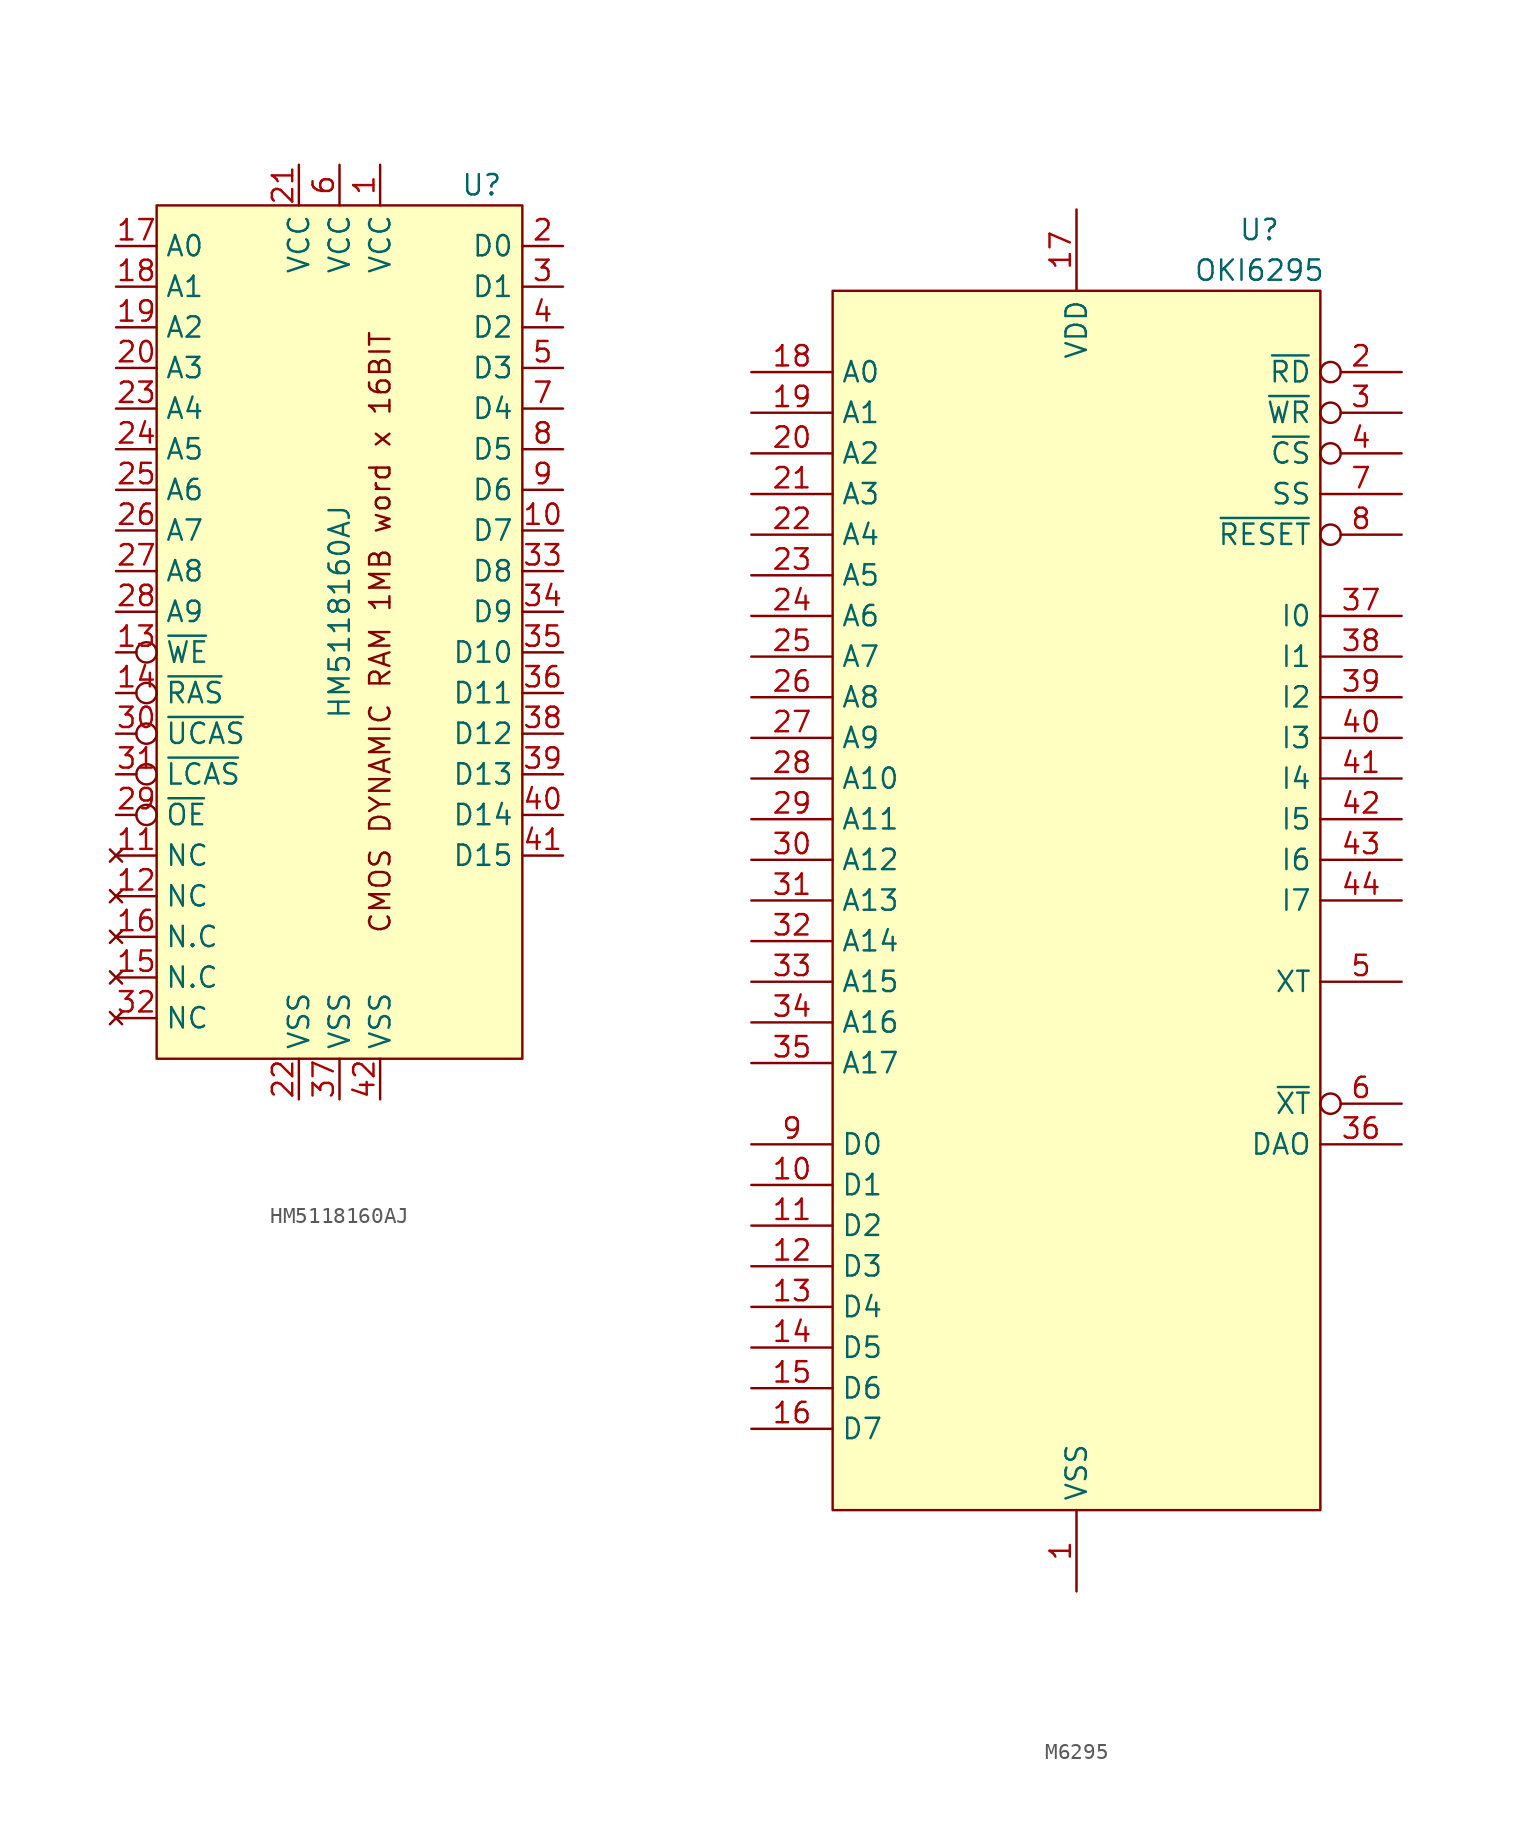
<source format=kicad_sym>
(kicad_symbol_lib
  (version 20231120)
  (generator "kicad_symbol_editor")
  (generator_version "8.0")
  (symbol "HM5118160AJ"
    (property "Reference" "U"
      (at 8.89 26.67 0)
      (effects (font (size 1.27 1.27))))
    (property "Value" "HM5118160AJ"
      (at 0 0 90)
      (effects (font (size 1.27 1.27))))
    (symbol "HM5118160AJ_1_1"
      (rectangle (start -11.43 25.4) (end 11.43 -27.94) (stroke (width 0) (type default)) (fill (type background)))
      (text "CMOS DYNAMIC RAM 1MB word x 16BIT" (at 2.54 -1.27 900) (effects (font (size 1.27 1.27))))
      (pin power_in line (at 2.54 27.94 270) (length 2.54) (name "VCC" (effects (font (size 1.27 1.27)))) (number "1" (effects (font (size 1.27 1.27)))))
      (pin tri_state line (at 13.97 5.08 180) (length 2.54) (name "D7" (effects (font (size 1.27 1.27)))) (number "10" (effects (font (size 1.27 1.27)))))
      (pin no_connect line (at -13.97 -15.24 0) (length 2.54) (name "NC" (effects (font (size 1.27 1.27)))) (number "11" (effects (font (size 1.27 1.27)))))
      (pin no_connect line (at -13.97 -17.78 0) (length 2.54) (name "NC" (effects (font (size 1.27 1.27)))) (number "12" (effects (font (size 1.27 1.27)))))
      (pin input inverted (at -13.97 -2.54 0) (length 2.54) (name "~{WE}" (effects (font (size 1.27 1.27)))) (number "13" (effects (font (size 1.27 1.27)))))
      (pin input inverted (at -13.97 -5.08 0) (length 2.54) (name "~{RAS}" (effects (font (size 1.27 1.27)))) (number "14" (effects (font (size 1.27 1.27)))))
      (pin no_connect line (at -13.97 -22.86 0) (length 2.54) (name "N.C" (effects (font (size 1.27 1.27)))) (number "15" (effects (font (size 1.27 1.27)))))
      (pin no_connect line (at -13.97 -20.32 0) (length 2.54) (name "N.C" (effects (font (size 1.27 1.27)))) (number "16" (effects (font (size 1.27 1.27)))))
      (pin input line (at -13.97 22.86 0) (length 2.54) (name "A0" (effects (font (size 1.27 1.27)))) (number "17" (effects (font (size 1.27 1.27)))))
      (pin input line (at -13.97 20.32 0) (length 2.54) (name "A1" (effects (font (size 1.27 1.27)))) (number "18" (effects (font (size 1.27 1.27)))))
      (pin input line (at -13.97 17.78 0) (length 2.54) (name "A2" (effects (font (size 1.27 1.27)))) (number "19" (effects (font (size 1.27 1.27)))))
      (pin tri_state line (at 13.97 22.86 180) (length 2.54) (name "D0" (effects (font (size 1.27 1.27)))) (number "2" (effects (font (size 1.27 1.27)))))
      (pin input line (at -13.97 15.24 0) (length 2.54) (name "A3" (effects (font (size 1.27 1.27)))) (number "20" (effects (font (size 1.27 1.27)))))
      (pin power_in line (at -2.54 27.94 270) (length 2.54) (name "VCC" (effects (font (size 1.27 1.27)))) (number "21" (effects (font (size 1.27 1.27)))))
      (pin power_in line (at -2.54 -30.48 90) (length 2.54) (name "VSS" (effects (font (size 1.27 1.27)))) (number "22" (effects (font (size 1.27 1.27)))))
      (pin input line (at -13.97 12.7 0) (length 2.54) (name "A4" (effects (font (size 1.27 1.27)))) (number "23" (effects (font (size 1.27 1.27)))))
      (pin input line (at -13.97 10.16 0) (length 2.54) (name "A5" (effects (font (size 1.27 1.27)))) (number "24" (effects (font (size 1.27 1.27)))))
      (pin input line (at -13.97 7.62 0) (length 2.54) (name "A6" (effects (font (size 1.27 1.27)))) (number "25" (effects (font (size 1.27 1.27)))))
      (pin input line (at -13.97 5.08 0) (length 2.54) (name "A7" (effects (font (size 1.27 1.27)))) (number "26" (effects (font (size 1.27 1.27)))))
      (pin input line (at -13.97 2.54 0) (length 2.54) (name "A8" (effects (font (size 1.27 1.27)))) (number "27" (effects (font (size 1.27 1.27)))))
      (pin input line (at -13.97 0 0) (length 2.54) (name "A9" (effects (font (size 1.27 1.27)))) (number "28" (effects (font (size 1.27 1.27)))))
      (pin input inverted (at -13.97 -12.7 0) (length 2.54) (name "~{OE}" (effects (font (size 1.27 1.27)))) (number "29" (effects (font (size 1.27 1.27)))))
      (pin tri_state line (at 13.97 20.32 180) (length 2.54) (name "D1" (effects (font (size 1.27 1.27)))) (number "3" (effects (font (size 1.27 1.27)))))
      (pin input inverted (at -13.97 -7.62 0) (length 2.54) (name "~{UCAS}" (effects (font (size 1.27 1.27)))) (number "30" (effects (font (size 1.27 1.27)))))
      (pin input inverted (at -13.97 -10.16 0) (length 2.54) (name "~{LCAS}" (effects (font (size 1.27 1.27)))) (number "31" (effects (font (size 1.27 1.27)))))
      (pin no_connect line (at -13.97 -25.4 0) (length 2.54) (name "NC" (effects (font (size 1.27 1.27)))) (number "32" (effects (font (size 1.27 1.27)))))
      (pin tri_state line (at 13.97 2.54 180) (length 2.54) (name "D8" (effects (font (size 1.27 1.27)))) (number "33" (effects (font (size 1.27 1.27)))))
      (pin tri_state line (at 13.97 0 180) (length 2.54) (name "D9" (effects (font (size 1.27 1.27)))) (number "34" (effects (font (size 1.27 1.27)))))
      (pin tri_state line (at 13.97 -2.54 180) (length 2.54) (name "D10" (effects (font (size 1.27 1.27)))) (number "35" (effects (font (size 1.27 1.27)))))
      (pin tri_state line (at 13.97 -5.08 180) (length 2.54) (name "D11" (effects (font (size 1.27 1.27)))) (number "36" (effects (font (size 1.27 1.27)))))
      (pin power_in line (at 0 -30.48 90) (length 2.54) (name "VSS" (effects (font (size 1.27 1.27)))) (number "37" (effects (font (size 1.27 1.27)))))
      (pin tri_state line (at 13.97 -7.62 180) (length 2.54) (name "D12" (effects (font (size 1.27 1.27)))) (number "38" (effects (font (size 1.27 1.27)))))
      (pin tri_state line (at 13.97 -10.16 180) (length 2.54) (name "D13" (effects (font (size 1.27 1.27)))) (number "39" (effects (font (size 1.27 1.27)))))
      (pin tri_state line (at 13.97 17.78 180) (length 2.54) (name "D2" (effects (font (size 1.27 1.27)))) (number "4" (effects (font (size 1.27 1.27)))))
      (pin tri_state line (at 13.97 -12.7 180) (length 2.54) (name "D14" (effects (font (size 1.27 1.27)))) (number "40" (effects (font (size 1.27 1.27)))))
      (pin tri_state line (at 13.97 -15.24 180) (length 2.54) (name "D15" (effects (font (size 1.27 1.27)))) (number "41" (effects (font (size 1.27 1.27)))))
      (pin power_in line (at 2.54 -30.48 90) (length 2.54) (name "VSS" (effects (font (size 1.27 1.27)))) (number "42" (effects (font (size 1.27 1.27)))))
      (pin tri_state line (at 13.97 15.24 180) (length 2.54) (name "D3" (effects (font (size 1.27 1.27)))) (number "5" (effects (font (size 1.27 1.27)))))
      (pin power_in line (at 0 27.94 270) (length 2.54) (name "VCC" (effects (font (size 1.27 1.27)))) (number "6" (effects (font (size 1.27 1.27)))))
      (pin tri_state line (at 13.97 12.7 180) (length 2.54) (name "D4" (effects (font (size 1.27 1.27)))) (number "7" (effects (font (size 1.27 1.27)))))
      (pin tri_state line (at 13.97 10.16 180) (length 2.54) (name "D5" (effects (font (size 1.27 1.27)))) (number "8" (effects (font (size 1.27 1.27)))))
      (pin tri_state line (at 13.97 7.62 180) (length 2.54) (name "D6" (effects (font (size 1.27 1.27)))) (number "9" (effects (font (size 1.27 1.27)))))))
  (symbol "M6295"
    (property "Reference" "U"
      (at 11.43 41.91 0)
      (effects (font (size 1.27 1.27))))
    (property "Value" "OKI6295"
      (at 11.43 39.37 0)
      (effects (font (size 1.27 1.27))))
    (symbol "M6295_1_1"
      (rectangle (start -15.24 38.1) (end 15.24 -38.1) (stroke (width 0) (type solid) (color 132 0 0 1)) (fill (type background)))
      (pin power_out line (at 0 -43.18 90) (length 5.08) (name "VSS" (effects (font (size 1.27 1.27)))) (number "1" (effects (font (size 1.27 1.27)))))
      (pin input line (at -20.32 -17.78 0) (length 5.08) (name "D1" (effects (font (size 1.27 1.27)))) (number "10" (effects (font (size 1.27 1.27)))))
      (pin input line (at -20.32 -20.32 0) (length 5.08) (name "D2" (effects (font (size 1.27 1.27)))) (number "11" (effects (font (size 1.27 1.27)))))
      (pin input line (at -20.32 -22.86 0) (length 5.08) (name "D3" (effects (font (size 1.27 1.27)))) (number "12" (effects (font (size 1.27 1.27)))))
      (pin input line (at -20.32 -25.4 0) (length 5.08) (name "D4" (effects (font (size 1.27 1.27)))) (number "13" (effects (font (size 1.27 1.27)))))
      (pin input line (at -20.32 -27.94 0) (length 5.08) (name "D5" (effects (font (size 1.27 1.27)))) (number "14" (effects (font (size 1.27 1.27)))))
      (pin input line (at -20.32 -30.48 0) (length 5.08) (name "D6" (effects (font (size 1.27 1.27)))) (number "15" (effects (font (size 1.27 1.27)))))
      (pin input line (at -20.32 -33.02 0) (length 5.08) (name "D7" (effects (font (size 1.27 1.27)))) (number "16" (effects (font (size 1.27 1.27)))))
      (pin power_in line (at 0 43.18 270) (length 5.08) (name "VDD" (effects (font (size 1.27 1.27)))) (number "17" (effects (font (size 1.27 1.27)))))
      (pin input line (at -20.32 33.02 0) (length 5.08) (name "A0" (effects (font (size 1.27 1.27)))) (number "18" (effects (font (size 1.27 1.27)))))
      (pin input line (at -20.32 30.48 0) (length 5.08) (name "A1" (effects (font (size 1.27 1.27)))) (number "19" (effects (font (size 1.27 1.27)))))
      (pin input inverted (at 20.32 33.02 180) (length 5.08) (name "~{RD}" (effects (font (size 1.27 1.27)))) (number "2" (effects (font (size 1.27 1.27)))))
      (pin input line (at -20.32 27.94 0) (length 5.08) (name "A2" (effects (font (size 1.27 1.27)))) (number "20" (effects (font (size 1.27 1.27)))))
      (pin input line (at -20.32 25.4 0) (length 5.08) (name "A3" (effects (font (size 1.27 1.27)))) (number "21" (effects (font (size 1.27 1.27)))))
      (pin input line (at -20.32 22.86 0) (length 5.08) (name "A4" (effects (font (size 1.27 1.27)))) (number "22" (effects (font (size 1.27 1.27)))))
      (pin input line (at -20.32 20.32 0) (length 5.08) (name "A5" (effects (font (size 1.27 1.27)))) (number "23" (effects (font (size 1.27 1.27)))))
      (pin input line (at -20.32 17.78 0) (length 5.08) (name "A6" (effects (font (size 1.27 1.27)))) (number "24" (effects (font (size 1.27 1.27)))))
      (pin input line (at -20.32 15.24 0) (length 5.08) (name "A7" (effects (font (size 1.27 1.27)))) (number "25" (effects (font (size 1.27 1.27)))))
      (pin input line (at -20.32 12.7 0) (length 5.08) (name "A8" (effects (font (size 1.27 1.27)))) (number "26" (effects (font (size 1.27 1.27)))))
      (pin input line (at -20.32 10.16 0) (length 5.08) (name "A9" (effects (font (size 1.27 1.27)))) (number "27" (effects (font (size 1.27 1.27)))))
      (pin input line (at -20.32 7.62 0) (length 5.08) (name "A10" (effects (font (size 1.27 1.27)))) (number "28" (effects (font (size 1.27 1.27)))))
      (pin input line (at -20.32 5.08 0) (length 5.08) (name "A11" (effects (font (size 1.27 1.27)))) (number "29" (effects (font (size 1.27 1.27)))))
      (pin input inverted (at 20.32 30.48 180) (length 5.08) (name "~{WR}" (effects (font (size 1.27 1.27)))) (number "3" (effects (font (size 1.27 1.27)))))
      (pin input line (at -20.32 2.54 0) (length 5.08) (name "A12" (effects (font (size 1.27 1.27)))) (number "30" (effects (font (size 1.27 1.27)))))
      (pin input line (at -20.32 0 0) (length 5.08) (name "A13" (effects (font (size 1.27 1.27)))) (number "31" (effects (font (size 1.27 1.27)))))
      (pin input line (at -20.32 -2.54 0) (length 5.08) (name "A14" (effects (font (size 1.27 1.27)))) (number "32" (effects (font (size 1.27 1.27)))))
      (pin input line (at -20.32 -5.08 0) (length 5.08) (name "A15" (effects (font (size 1.27 1.27)))) (number "33" (effects (font (size 1.27 1.27)))))
      (pin input line (at -20.32 -7.62 0) (length 5.08) (name "A16" (effects (font (size 1.27 1.27)))) (number "34" (effects (font (size 1.27 1.27)))))
      (pin input line (at -20.32 -10.16 0) (length 5.08) (name "A17" (effects (font (size 1.27 1.27)))) (number "35" (effects (font (size 1.27 1.27)))))
      (pin output line (at 20.32 -15.24 180) (length 5.08) (name "DAO" (effects (font (size 1.27 1.27)))) (number "36" (effects (font (size 1.27 1.27)))))
      (pin bidirectional line (at 20.32 17.78 180) (length 5.08) (name "I0" (effects (font (size 1.27 1.27)))) (number "37" (effects (font (size 1.27 1.27)))))
      (pin bidirectional line (at 20.32 15.24 180) (length 5.08) (name "I1" (effects (font (size 1.27 1.27)))) (number "38" (effects (font (size 1.27 1.27)))))
      (pin bidirectional line (at 20.32 12.7 180) (length 5.08) (name "I2" (effects (font (size 1.27 1.27)))) (number "39" (effects (font (size 1.27 1.27)))))
      (pin input inverted (at 20.32 27.94 180) (length 5.08) (name "~{CS}" (effects (font (size 1.27 1.27)))) (number "4" (effects (font (size 1.27 1.27)))))
      (pin bidirectional line (at 20.32 10.16 180) (length 5.08) (name "I3" (effects (font (size 1.27 1.27)))) (number "40" (effects (font (size 1.27 1.27)))))
      (pin input line (at 20.32 7.62 180) (length 5.08) (name "I4" (effects (font (size 1.27 1.27)))) (number "41" (effects (font (size 1.27 1.27)))))
      (pin input line (at 20.32 5.08 180) (length 5.08) (name "I5" (effects (font (size 1.27 1.27)))) (number "42" (effects (font (size 1.27 1.27)))))
      (pin input line (at 20.32 2.54 180) (length 5.08) (name "I6" (effects (font (size 1.27 1.27)))) (number "43" (effects (font (size 1.27 1.27)))))
      (pin input line (at 20.32 0 180) (length 5.08) (name "I7" (effects (font (size 1.27 1.27)))) (number "44" (effects (font (size 1.27 1.27)))))
      (pin input line (at 20.32 -5.08 180) (length 5.08) (name "XT" (effects (font (size 1.27 1.27)))) (number "5" (effects (font (size 1.27 1.27)))))
      (pin output inverted (at 20.32 -12.7 180) (length 5.08) (name "~{XT}" (effects (font (size 1.27 1.27)))) (number "6" (effects (font (size 1.27 1.27)))))
      (pin input line (at 20.32 25.4 180) (length 5.08) (name "SS" (effects (font (size 1.27 1.27)))) (number "7" (effects (font (size 1.27 1.27)))))
      (pin input inverted (at 20.32 22.86 180) (length 5.08) (name "~{RESET}" (effects (font (size 1.27 1.27)))) (number "8" (effects (font (size 1.27 1.27)))))
      (pin input line (at -20.32 -15.24 0) (length 5.08) (name "D0" (effects (font (size 1.27 1.27)))) (number "9" (effects (font (size 1.27 1.27))))))))
</source>
